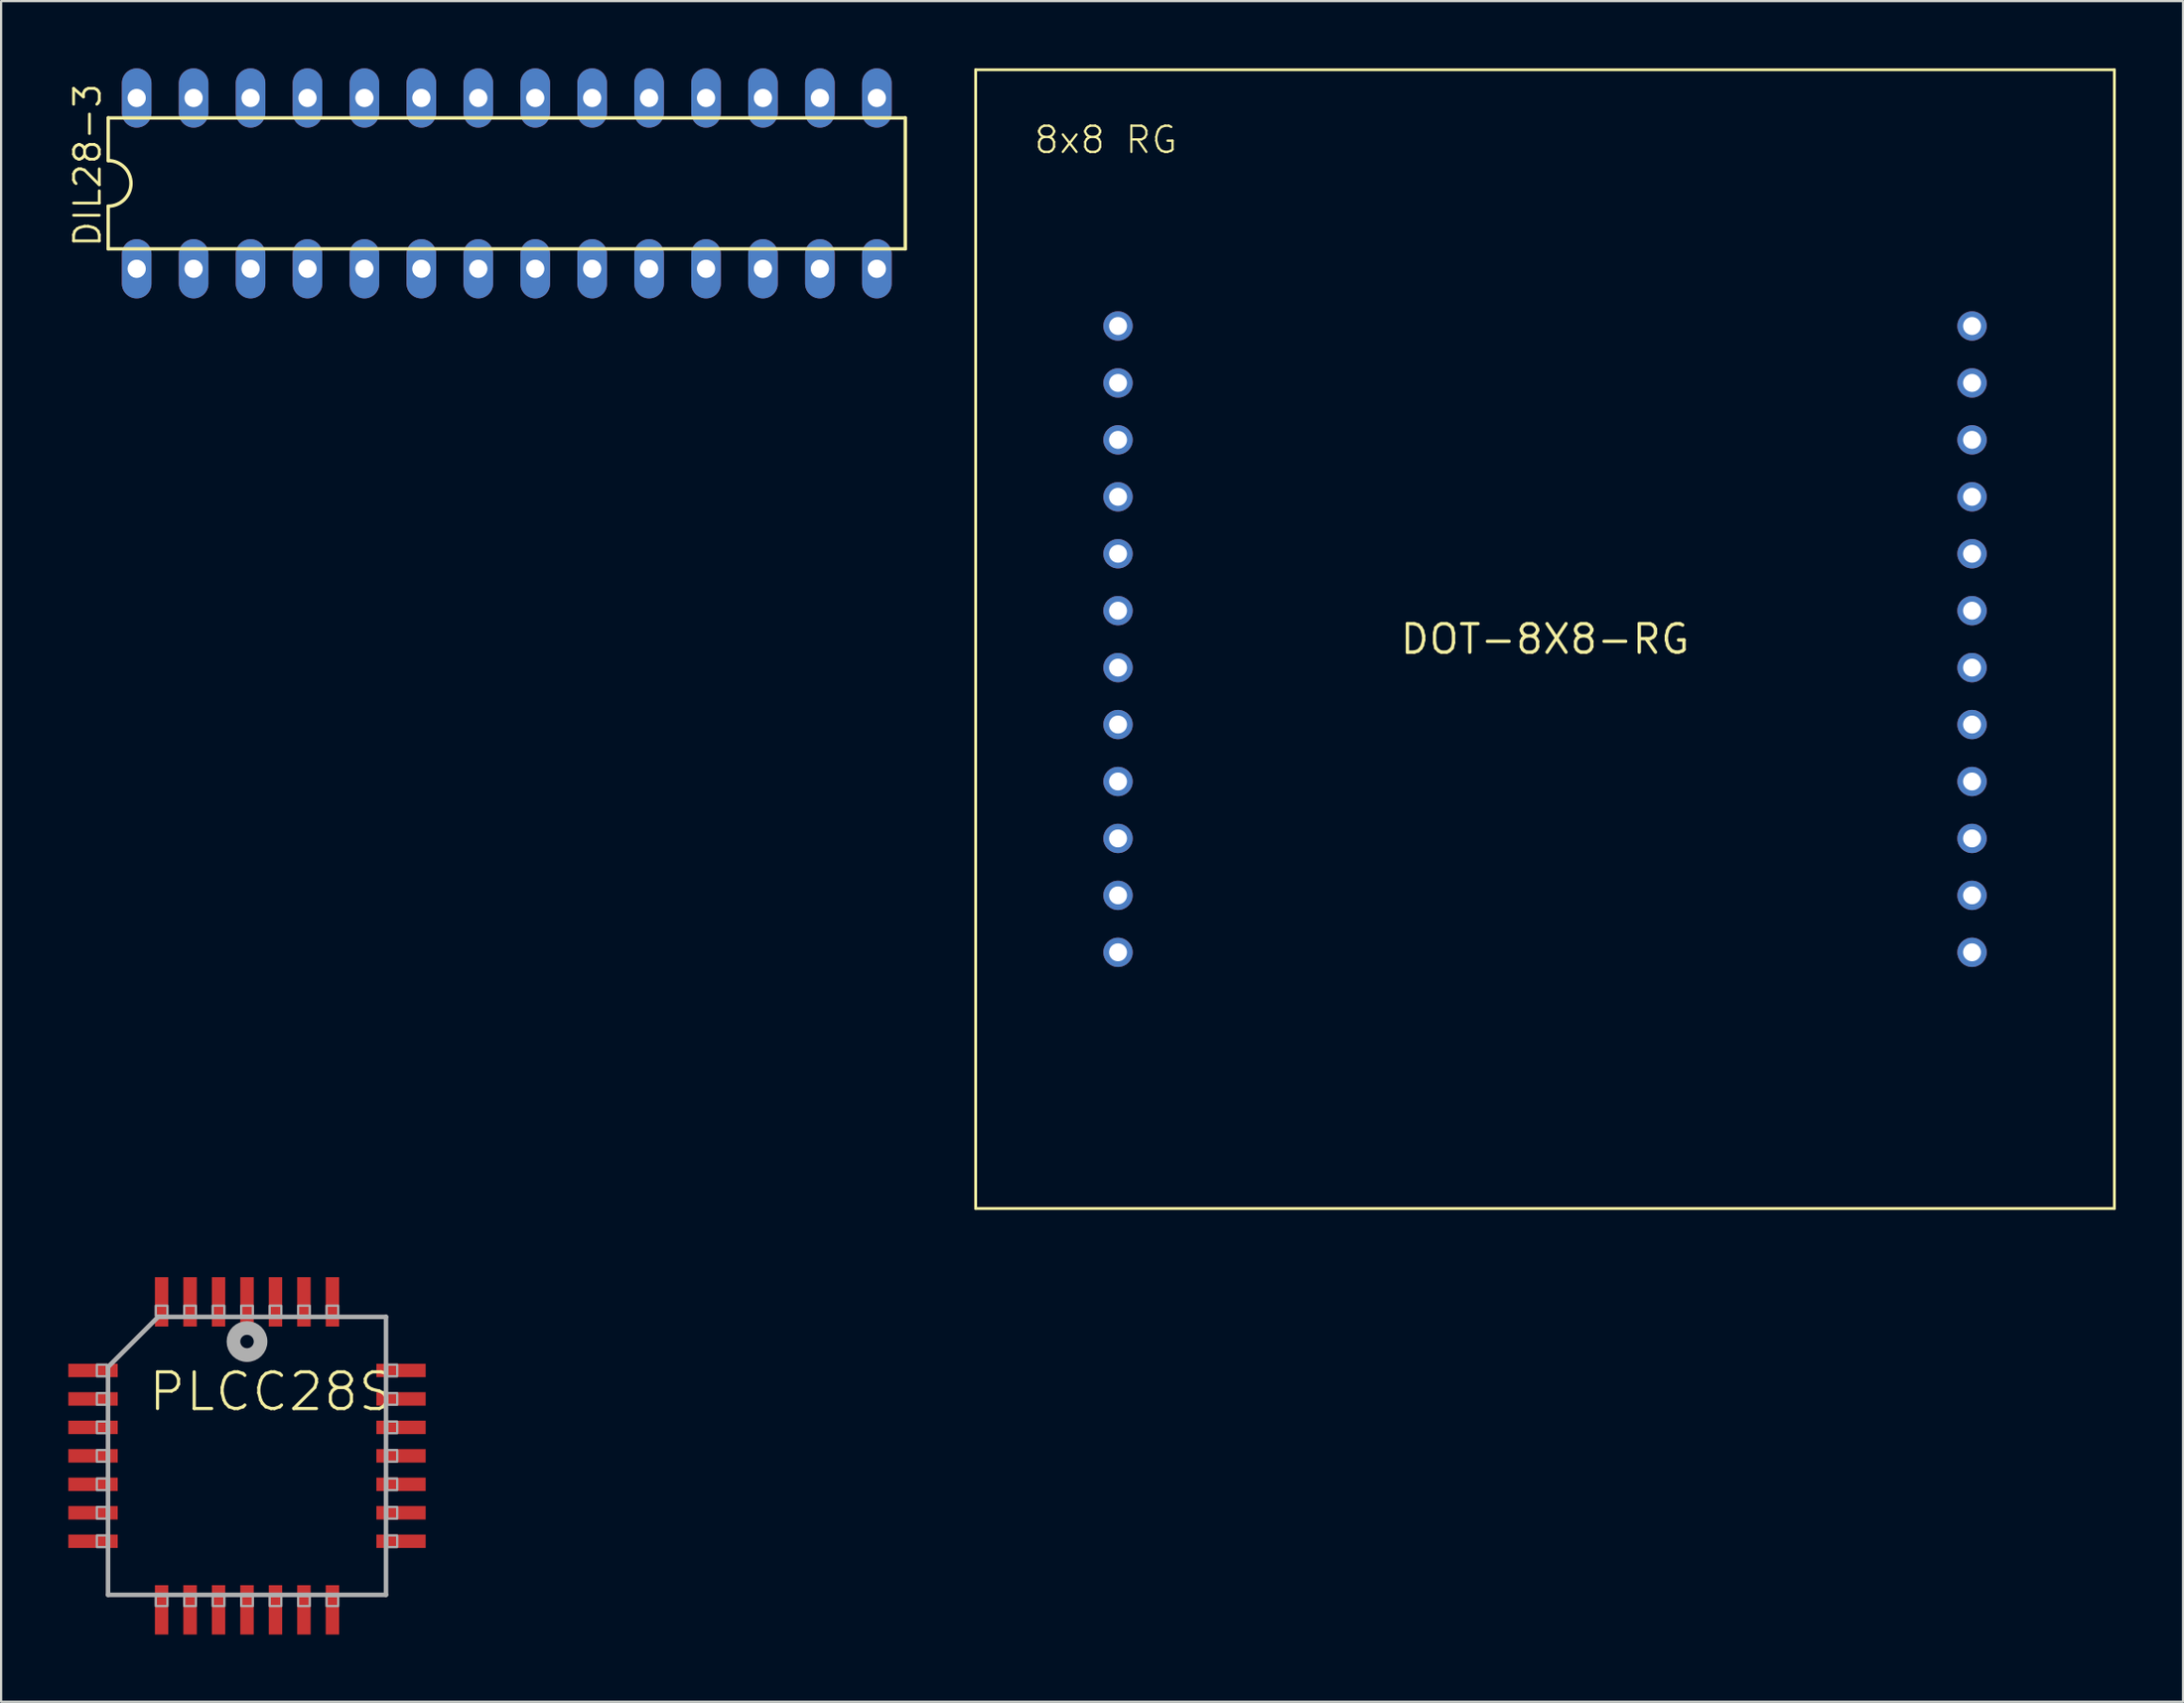
<source format=kicad_pcb>
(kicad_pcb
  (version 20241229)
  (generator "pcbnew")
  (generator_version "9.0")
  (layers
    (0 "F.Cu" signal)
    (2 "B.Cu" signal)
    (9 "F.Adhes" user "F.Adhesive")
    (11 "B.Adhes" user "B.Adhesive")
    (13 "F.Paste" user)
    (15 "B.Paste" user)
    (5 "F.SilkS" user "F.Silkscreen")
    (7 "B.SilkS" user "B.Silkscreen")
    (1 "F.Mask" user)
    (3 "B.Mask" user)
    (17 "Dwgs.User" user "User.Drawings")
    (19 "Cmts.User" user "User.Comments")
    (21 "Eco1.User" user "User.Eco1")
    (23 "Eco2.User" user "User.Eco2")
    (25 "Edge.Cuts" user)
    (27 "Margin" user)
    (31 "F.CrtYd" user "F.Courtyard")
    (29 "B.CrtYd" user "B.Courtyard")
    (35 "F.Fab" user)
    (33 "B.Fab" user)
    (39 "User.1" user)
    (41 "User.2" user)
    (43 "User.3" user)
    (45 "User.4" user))
  (footprint "DIL28-3"
    (layer "F.Cu")
    (at 19.558 5.131)
    (property "Reference" "DIL28-3" (at -18.034 2.921 90) (layer "F.SilkS") (effects (font (size 1.143 1.143) (thickness 0.127)) (justify left bottom)))
    (fp_line (start -17.78 -2.921) (end -17.78 -1.016) (stroke (width 0.152) (type solid)) (layer "F.SilkS"))
    (fp_line (start -17.78 2.921) (end -17.78 1.016) (stroke (width 0.152) (type solid)) (layer "F.SilkS"))
    (fp_line (start -17.78 2.921) (end 17.78 2.921) (stroke (width 0.152) (type solid)) (layer "F.SilkS"))
    (fp_line (start 17.78 -2.921) (end -17.78 -2.921) (stroke (width 0.152) (type solid)) (layer "F.SilkS"))
    (fp_line (start 17.78 -2.921) (end 17.78 2.921) (stroke (width 0.152) (type solid)) (layer "F.SilkS"))
    (fp_arc (start -17.78 -1.016) (mid -16.764 0) (end -17.78 1.016) (stroke (width 0.1524) (type solid)) (layer "F.SilkS"))
    (pad "1" thru_hole oval (at -16.51 3.81 90) (size 2.642 1.321) (drill 0.813) (layers "*.Cu" "*.Mask"))
    (pad "2" thru_hole oval (at -13.97 3.81 90) (size 2.642 1.321) (drill 0.813) (layers "*.Cu" "*.Mask"))
    (pad "3" thru_hole oval (at -11.43 3.81 90) (size 2.642 1.321) (drill 0.813) (layers "*.Cu" "*.Mask"))
    (pad "4" thru_hole oval (at -8.89 3.81 90) (size 2.642 1.321) (drill 0.813) (layers "*.Cu" "*.Mask"))
    (pad "5" thru_hole oval (at -6.35 3.81 90) (size 2.642 1.321) (drill 0.813) (layers "*.Cu" "*.Mask"))
    (pad "6" thru_hole oval (at -3.81 3.81 90) (size 2.642 1.321) (drill 0.813) (layers "*.Cu" "*.Mask"))
    (pad "7" thru_hole oval (at -1.27 3.81 90) (size 2.642 1.321) (drill 0.813) (layers "*.Cu" "*.Mask"))
    (pad "8" thru_hole oval (at 1.27 3.81 90) (size 2.642 1.321) (drill 0.813) (layers "*.Cu" "*.Mask"))
    (pad "9" thru_hole oval (at 3.81 3.81 90) (size 2.642 1.321) (drill 0.813) (layers "*.Cu" "*.Mask"))
    (pad "10" thru_hole oval (at 6.35 3.81 90) (size 2.642 1.321) (drill 0.813) (layers "*.Cu" "*.Mask"))
    (pad "11" thru_hole oval (at 8.89 3.81 90) (size 2.642 1.321) (drill 0.813) (layers "*.Cu" "*.Mask"))
    (pad "12" thru_hole oval (at 11.43 3.81 90) (size 2.642 1.321) (drill 0.813) (layers "*.Cu" "*.Mask"))
    (pad "13" thru_hole oval (at 13.97 3.81 90) (size 2.642 1.321) (drill 0.813) (layers "*.Cu" "*.Mask"))
    (pad "14" thru_hole oval (at 16.51 3.81 90) (size 2.642 1.321) (drill 0.813) (layers "*.Cu" "*.Mask"))
    (pad "15" thru_hole oval (at 16.51 -3.81 90) (size 2.642 1.321) (drill 0.813) (layers "*.Cu" "*.Mask"))
    (pad "16" thru_hole oval (at 13.97 -3.81 90) (size 2.642 1.321) (drill 0.813) (layers "*.Cu" "*.Mask"))
    (pad "17" thru_hole oval (at 11.43 -3.81 90) (size 2.642 1.321) (drill 0.813) (layers "*.Cu" "*.Mask"))
    (pad "18" thru_hole oval (at 8.89 -3.81 90) (size 2.642 1.321) (drill 0.813) (layers "*.Cu" "*.Mask"))
    (pad "19" thru_hole oval (at 6.35 -3.81 90) (size 2.642 1.321) (drill 0.813) (layers "*.Cu" "*.Mask"))
    (pad "20" thru_hole oval (at 3.81 -3.81 90) (size 2.642 1.321) (drill 0.813) (layers "*.Cu" "*.Mask"))
    (pad "21" thru_hole oval (at 1.27 -3.81 90) (size 2.642 1.321) (drill 0.813) (layers "*.Cu" "*.Mask"))
    (pad "22" thru_hole oval (at -1.27 -3.81 90) (size 2.642 1.321) (drill 0.813) (layers "*.Cu" "*.Mask"))
    (pad "23" thru_hole oval (at -3.81 -3.81 90) (size 2.642 1.321) (drill 0.813) (layers "*.Cu" "*.Mask"))
    (pad "24" thru_hole oval (at -6.35 -3.81 90) (size 2.642 1.321) (drill 0.813) (layers "*.Cu" "*.Mask"))
    (pad "25" thru_hole oval (at -8.89 -3.81 90) (size 2.642 1.321) (drill 0.813) (layers "*.Cu" "*.Mask"))
    (pad "26" thru_hole oval (at -11.43 -3.81 90) (size 2.642 1.321) (drill 0.813) (layers "*.Cu" "*.Mask"))
    (pad "27" thru_hole oval (at -13.97 -3.81 90) (size 2.642 1.321) (drill 0.813) (layers "*.Cu" "*.Mask"))
    (pad "28" thru_hole oval (at -16.51 -3.81 90) (size 2.642 1.321) (drill 0.813) (layers "*.Cu" "*.Mask")))
  (footprint "DOT-8X8-RG"
    (layer "F.Cu")
    (at 65.878 25.463)
    (property "Reference" "DOT-8X8-RG" (at 0 0 0) (layer "F.SilkS") (effects (font (size 1.27 1.27) (thickness 0.15))))
    (fp_line (start -25.4 -25.4) (end 25.4 -25.4) (stroke (width 0.127) (type solid)) (layer "F.SilkS"))
    (fp_line (start -25.4 25.4) (end -25.4 -25.4) (stroke (width 0.127) (type solid)) (layer "F.SilkS"))
    (fp_line (start 25.4 -25.4) (end 25.4 25.4) (stroke (width 0.127) (type solid)) (layer "F.SilkS"))
    (fp_line (start 25.4 25.4) (end -25.4 25.4) (stroke (width 0.127) (type solid)) (layer "F.SilkS"))
    (fp_text user "8x8 RG" (at -22.86 -21.59 0) (layer "F.SilkS") (effects (font (size 1.168 1.168) (thickness 0.102)) (justify left bottom)))
    (pad "P$1" thru_hole circle (at -19.05 -13.97) (size 1.308 1.308) (drill 0.8) (layers "*.Cu" "*.Mask"))
    (pad "P$2" thru_hole circle (at -19.05 -11.43) (size 1.308 1.308) (drill 0.8) (layers "*.Cu" "*.Mask"))
    (pad "P$3" thru_hole circle (at -19.05 -8.89) (size 1.308 1.308) (drill 0.8) (layers "*.Cu" "*.Mask"))
    (pad "P$4" thru_hole circle (at -19.05 -6.35) (size 1.308 1.308) (drill 0.8) (layers "*.Cu" "*.Mask"))
    (pad "P$5" thru_hole circle (at -19.05 -3.81) (size 1.308 1.308) (drill 0.8) (layers "*.Cu" "*.Mask"))
    (pad "P$6" thru_hole circle (at -19.05 -1.27) (size 1.308 1.308) (drill 0.8) (layers "*.Cu" "*.Mask"))
    (pad "P$7" thru_hole circle (at -19.05 1.27) (size 1.308 1.308) (drill 0.8) (layers "*.Cu" "*.Mask"))
    (pad "P$8" thru_hole circle (at -19.05 3.81) (size 1.308 1.308) (drill 0.8) (layers "*.Cu" "*.Mask"))
    (pad "P$9" thru_hole circle (at -19.05 6.35) (size 1.308 1.308) (drill 0.8) (layers "*.Cu" "*.Mask"))
    (pad "P$10" thru_hole circle (at -19.05 8.89) (size 1.308 1.308) (drill 0.8) (layers "*.Cu" "*.Mask"))
    (pad "P$11" thru_hole circle (at -19.05 11.43) (size 1.308 1.308) (drill 0.8) (layers "*.Cu" "*.Mask"))
    (pad "P$12" thru_hole circle (at -19.05 13.97) (size 1.308 1.308) (drill 0.8) (layers "*.Cu" "*.Mask"))
    (pad "P$13" thru_hole circle (at 19.05 13.97) (size 1.308 1.308) (drill 0.8) (layers "*.Cu" "*.Mask"))
    (pad "P$14" thru_hole circle (at 19.05 11.43) (size 1.308 1.308) (drill 0.8) (layers "*.Cu" "*.Mask"))
    (pad "P$15" thru_hole circle (at 19.05 8.89) (size 1.308 1.308) (drill 0.8) (layers "*.Cu" "*.Mask"))
    (pad "P$16" thru_hole circle (at 19.05 6.35) (size 1.308 1.308) (drill 0.8) (layers "*.Cu" "*.Mask"))
    (pad "P$17" thru_hole circle (at 19.05 3.81) (size 1.308 1.308) (drill 0.8) (layers "*.Cu" "*.Mask"))
    (pad "P$18" thru_hole circle (at 19.05 1.27) (size 1.308 1.308) (drill 0.8) (layers "*.Cu" "*.Mask"))
    (pad "P$19" thru_hole circle (at 19.05 -1.27) (size 1.308 1.308) (drill 0.8) (layers "*.Cu" "*.Mask"))
    (pad "P$20" thru_hole circle (at 19.05 -3.81) (size 1.308 1.308) (drill 0.8) (layers "*.Cu" "*.Mask"))
    (pad "P$21" thru_hole circle (at 19.05 -6.35) (size 1.308 1.308) (drill 0.8) (layers "*.Cu" "*.Mask"))
    (pad "P$22" thru_hole circle (at 19.05 -8.89) (size 1.308 1.308) (drill 0.8) (layers "*.Cu" "*.Mask"))
    (pad "P$23" thru_hole circle (at 19.05 -11.43) (size 1.308 1.308) (drill 0.8) (layers "*.Cu" "*.Mask"))
    (pad "P$24" thru_hole circle (at 19.05 -13.97) (size 1.308 1.308) (drill 0.8) (layers "*.Cu" "*.Mask")))
  (footprint "PLCC28S"
    (layer "F.Cu")
    (at 7.97 61.897)
    (property "Reference" "PLCC28S" (at -4.475 -1.905 0) (layer "F.SilkS") (effects (font (size 1.636 1.636) (thickness 0.142)) (justify left bottom)))
    (fp_line (start -6.2 -3.965) (end -6.2 6.2) (stroke (width 0.203) (type solid)) (layer "F.Fab"))
    (fp_line (start -6.2 6.2) (end 6.2 6.2) (stroke (width 0.203) (type solid)) (layer "F.Fab"))
    (fp_line (start -3.965 -6.2) (end -6.2 -3.965) (stroke (width 0.203) (type solid)) (layer "F.Fab"))
    (fp_line (start 6.2 -6.2) (end -3.965 -6.2) (stroke (width 0.203) (type solid)) (layer "F.Fab"))
    (fp_line (start 6.2 6.2) (end 6.2 -6.2) (stroke (width 0.203) (type solid)) (layer "F.Fab"))
    (fp_circle (center 0 -5.1) (end 0.3 -5.1) (stroke (width 0.61) (type solid)) (fill no) (layer "F.Fab"))
    (fp_poly (pts (xy -6.7 -3.55) (xy -6.25 -3.55) (xy -6.25 -4.07) (xy -6.7 -4.07)) (stroke (width 0.1) (type default)) (fill no) (layer "F.Fab"))
    (fp_poly (pts (xy -6.7 -2.28) (xy -6.25 -2.28) (xy -6.25 -2.8) (xy -6.7 -2.8)) (stroke (width 0.1) (type default)) (fill no) (layer "F.Fab"))
    (fp_poly (pts (xy -6.7 -1.01) (xy -6.25 -1.01) (xy -6.25 -1.53) (xy -6.7 -1.53)) (stroke (width 0.1) (type default)) (fill no) (layer "F.Fab"))
    (fp_poly (pts (xy -6.7 0.26) (xy -6.25 0.26) (xy -6.25 -0.26) (xy -6.7 -0.26)) (stroke (width 0.1) (type default)) (fill no) (layer "F.Fab"))
    (fp_poly (pts (xy -6.7 1.53) (xy -6.25 1.53) (xy -6.25 1.01) (xy -6.7 1.01)) (stroke (width 0.1) (type default)) (fill no) (layer "F.Fab"))
    (fp_poly (pts (xy -6.7 2.8) (xy -6.25 2.8) (xy -6.25 2.28) (xy -6.7 2.28)) (stroke (width 0.1) (type default)) (fill no) (layer "F.Fab"))
    (fp_poly (pts (xy -6.7 4.07) (xy -6.25 4.07) (xy -6.25 3.55) (xy -6.7 3.55)) (stroke (width 0.1) (type default)) (fill no) (layer "F.Fab"))
    (fp_poly (pts (xy -4.07 -6.25) (xy -3.55 -6.25) (xy -3.55 -6.7) (xy -4.07 -6.7)) (stroke (width 0.1) (type default)) (fill no) (layer "F.Fab"))
    (fp_poly (pts (xy -4.07 6.7) (xy -3.55 6.7) (xy -3.55 6.25) (xy -4.07 6.25)) (stroke (width 0.1) (type default)) (fill no) (layer "F.Fab"))
    (fp_poly (pts (xy -2.8 -6.25) (xy -2.28 -6.25) (xy -2.28 -6.7) (xy -2.8 -6.7)) (stroke (width 0.1) (type default)) (fill no) (layer "F.Fab"))
    (fp_poly (pts (xy -2.8 6.7) (xy -2.28 6.7) (xy -2.28 6.25) (xy -2.8 6.25)) (stroke (width 0.1) (type default)) (fill no) (layer "F.Fab"))
    (fp_poly (pts (xy -1.53 -6.25) (xy -1.01 -6.25) (xy -1.01 -6.7) (xy -1.53 -6.7)) (stroke (width 0.1) (type default)) (fill no) (layer "F.Fab"))
    (fp_poly (pts (xy -1.53 6.7) (xy -1.01 6.7) (xy -1.01 6.25) (xy -1.53 6.25)) (stroke (width 0.1) (type default)) (fill no) (layer "F.Fab"))
    (fp_poly (pts (xy -0.26 -6.25) (xy 0.26 -6.25) (xy 0.26 -6.7) (xy -0.26 -6.7)) (stroke (width 0.1) (type default)) (fill no) (layer "F.Fab"))
    (fp_poly (pts (xy -0.26 6.7) (xy 0.26 6.7) (xy 0.26 6.25) (xy -0.26 6.25)) (stroke (width 0.1) (type default)) (fill no) (layer "F.Fab"))
    (fp_poly (pts (xy 1.01 -6.25) (xy 1.53 -6.25) (xy 1.53 -6.7) (xy 1.01 -6.7)) (stroke (width 0.1) (type default)) (fill no) (layer "F.Fab"))
    (fp_poly (pts (xy 1.01 6.7) (xy 1.53 6.7) (xy 1.53 6.25) (xy 1.01 6.25)) (stroke (width 0.1) (type default)) (fill no) (layer "F.Fab"))
    (fp_poly (pts (xy 2.28 -6.25) (xy 2.8 -6.25) (xy 2.8 -6.7) (xy 2.28 -6.7)) (stroke (width 0.1) (type default)) (fill no) (layer "F.Fab"))
    (fp_poly (pts (xy 2.28 6.7) (xy 2.8 6.7) (xy 2.8 6.25) (xy 2.28 6.25)) (stroke (width 0.1) (type default)) (fill no) (layer "F.Fab"))
    (fp_poly (pts (xy 3.55 -6.25) (xy 4.07 -6.25) (xy 4.07 -6.7) (xy 3.55 -6.7)) (stroke (width 0.1) (type default)) (fill no) (layer "F.Fab"))
    (fp_poly (pts (xy 3.55 6.7) (xy 4.07 6.7) (xy 4.07 6.25) (xy 3.55 6.25)) (stroke (width 0.1) (type default)) (fill no) (layer "F.Fab"))
    (fp_poly (pts (xy 6.25 -3.55) (xy 6.7 -3.55) (xy 6.7 -4.07) (xy 6.25 -4.07)) (stroke (width 0.1) (type default)) (fill no) (layer "F.Fab"))
    (fp_poly (pts (xy 6.25 -2.28) (xy 6.7 -2.28) (xy 6.7 -2.8) (xy 6.25 -2.8)) (stroke (width 0.1) (type default)) (fill no) (layer "F.Fab"))
    (fp_poly (pts (xy 6.25 -1.01) (xy 6.7 -1.01) (xy 6.7 -1.53) (xy 6.25 -1.53)) (stroke (width 0.1) (type default)) (fill no) (layer "F.Fab"))
    (fp_poly (pts (xy 6.25 0.26) (xy 6.7 0.26) (xy 6.7 -0.26) (xy 6.25 -0.26)) (stroke (width 0.1) (type default)) (fill no) (layer "F.Fab"))
    (fp_poly (pts (xy 6.25 1.53) (xy 6.7 1.53) (xy 6.7 1.01) (xy 6.25 1.01)) (stroke (width 0.1) (type default)) (fill no) (layer "F.Fab"))
    (fp_poly (pts (xy 6.25 2.8) (xy 6.7 2.8) (xy 6.7 2.28) (xy 6.25 2.28)) (stroke (width 0.1) (type default)) (fill no) (layer "F.Fab"))
    (fp_poly (pts (xy 6.25 4.07) (xy 6.7 4.07) (xy 6.7 3.55) (xy 6.25 3.55)) (stroke (width 0.1) (type default)) (fill no) (layer "F.Fab"))
    (pad "1" smd rect (at 0 -6.87) (size 0.6 2.2) (layers "F.Cu" "F.Mask" "F.Paste"))
    (pad "2" smd rect (at -1.27 -6.87) (size 0.6 2.2) (layers "F.Cu" "F.Mask" "F.Paste"))
    (pad "3" smd rect (at -2.54 -6.87) (size 0.6 2.2) (layers "F.Cu" "F.Mask" "F.Paste"))
    (pad "4" smd rect (at -3.81 -6.87) (size 0.6 2.2) (layers "F.Cu" "F.Mask" "F.Paste"))
    (pad "5" smd rect (at -6.87 -3.81) (size 2.2 0.6) (layers "F.Cu" "F.Mask" "F.Paste"))
    (pad "6" smd rect (at -6.87 -2.54) (size 2.2 0.6) (layers "F.Cu" "F.Mask" "F.Paste"))
    (pad "7" smd rect (at -6.87 -1.27) (size 2.2 0.6) (layers "F.Cu" "F.Mask" "F.Paste"))
    (pad "8" smd rect (at -6.87 0) (size 2.2 0.6) (layers "F.Cu" "F.Mask" "F.Paste"))
    (pad "9" smd rect (at -6.87 1.27) (size 2.2 0.6) (layers "F.Cu" "F.Mask" "F.Paste"))
    (pad "10" smd rect (at -6.87 2.54) (size 2.2 0.6) (layers "F.Cu" "F.Mask" "F.Paste"))
    (pad "11" smd rect (at -6.87 3.81) (size 2.2 0.6) (layers "F.Cu" "F.Mask" "F.Paste"))
    (pad "12" smd rect (at -3.81 6.87) (size 0.6 2.2) (layers "F.Cu" "F.Mask" "F.Paste"))
    (pad "13" smd rect (at -2.54 6.87) (size 0.6 2.2) (layers "F.Cu" "F.Mask" "F.Paste"))
    (pad "14" smd rect (at -1.27 6.87) (size 0.6 2.2) (layers "F.Cu" "F.Mask" "F.Paste"))
    (pad "15" smd rect (at 0 6.87) (size 0.6 2.2) (layers "F.Cu" "F.Mask" "F.Paste"))
    (pad "16" smd rect (at 1.27 6.87) (size 0.6 2.2) (layers "F.Cu" "F.Mask" "F.Paste"))
    (pad "17" smd rect (at 2.54 6.87) (size 0.6 2.2) (layers "F.Cu" "F.Mask" "F.Paste"))
    (pad "18" smd rect (at 3.81 6.87) (size 0.6 2.2) (layers "F.Cu" "F.Mask" "F.Paste"))
    (pad "19" smd rect (at 6.87 3.81) (size 2.2 0.6) (layers "F.Cu" "F.Mask" "F.Paste"))
    (pad "20" smd rect (at 6.87 2.54) (size 2.2 0.6) (layers "F.Cu" "F.Mask" "F.Paste"))
    (pad "21" smd rect (at 6.87 1.27) (size 2.2 0.6) (layers "F.Cu" "F.Mask" "F.Paste"))
    (pad "22" smd rect (at 6.87 0) (size 2.2 0.6) (layers "F.Cu" "F.Mask" "F.Paste"))
    (pad "23" smd rect (at 6.87 -1.27) (size 2.2 0.6) (layers "F.Cu" "F.Mask" "F.Paste"))
    (pad "24" smd rect (at 6.87 -2.54) (size 2.2 0.6) (layers "F.Cu" "F.Mask" "F.Paste"))
    (pad "25" smd rect (at 6.87 -3.81) (size 2.2 0.6) (layers "F.Cu" "F.Mask" "F.Paste"))
    (pad "26" smd rect (at 3.81 -6.87) (size 0.6 2.2) (layers "F.Cu" "F.Mask" "F.Paste"))
    (pad "27" smd rect (at 2.54 -6.87) (size 0.6 2.2) (layers "F.Cu" "F.Mask" "F.Paste"))
    (pad "28" smd rect (at 1.27 -6.87) (size 0.6 2.2) (layers "F.Cu" "F.Mask" "F.Paste")))
  (gr_rect
    (start -3 -3)
    (end 94.341 72.867)
    (stroke (width 0.1) (type default))
    (fill no)
    (layer "Edge.Cuts")))
</source>
